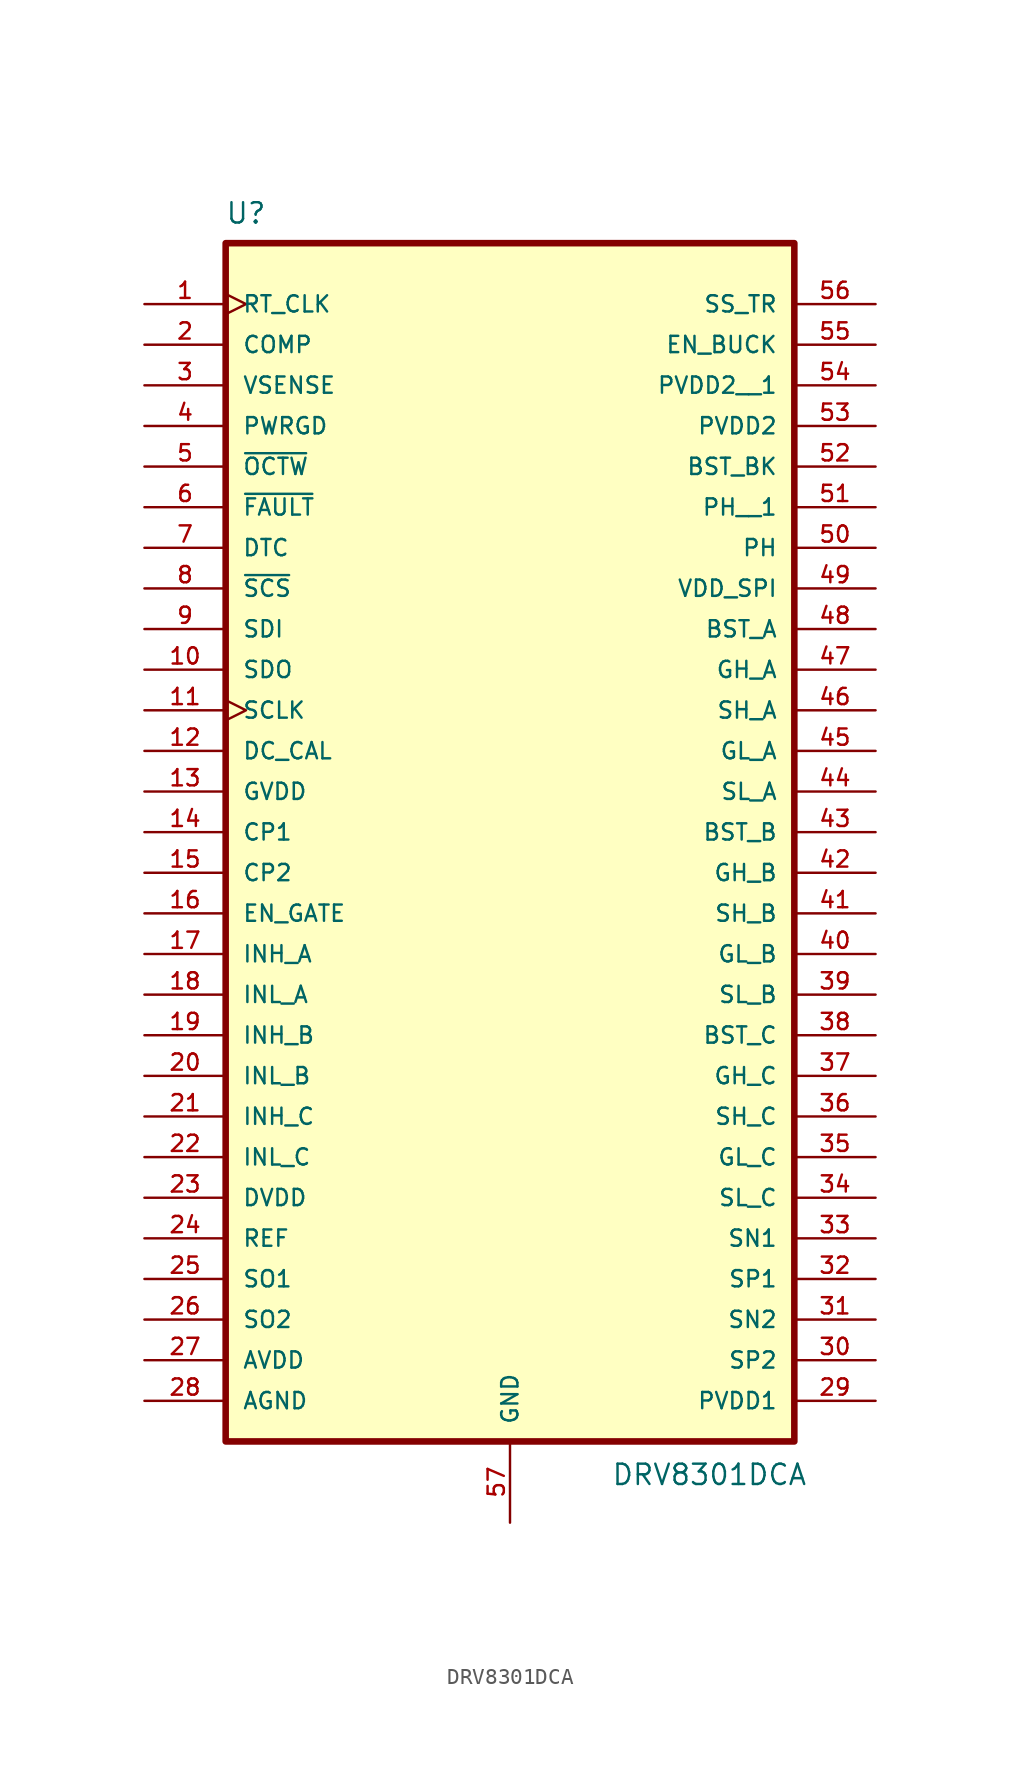
<source format=kicad_sym>
(kicad_symbol_lib
  (version 20220914)
  (generator kicad_symbol_editor)
  (symbol "DRV8301DCA"
    (pin_names
      (offset 1.016))
    (property "Reference" "U"
      (at -17.82 51.928 0)
      (effects (font (size 1.27 1.27)) (justify left bottom)))
    (property "Value" "DRV8301DCA"
      (at 6.322 -26.953 0)
      (effects (font (size 1.27 1.27)) (justify left bottom)))
    (symbol "DRV8301DCA_0_0"
      (rectangle (start -17.78 50.8) (end 17.78 -24.13) (stroke (width 0.41) (type default)) (fill (type background)))
      (pin input clock (at -22.86 46.99 0) (length 5.08) (name "RT_CLK" (effects (font (size 1.016 1.016)))) (number "1" (effects (font (size 1.016 1.016)))))
      (pin output line (at -22.86 24.13 0) (length 5.08) (name "SDO" (effects (font (size 1.016 1.016)))) (number "10" (effects (font (size 1.016 1.016)))))
      (pin input clock (at -22.86 21.59 0) (length 5.08) (name "SCLK" (effects (font (size 1.016 1.016)))) (number "11" (effects (font (size 1.016 1.016)))))
      (pin input line (at -22.86 19.05 0) (length 5.08) (name "DC_CAL" (effects (font (size 1.016 1.016)))) (number "12" (effects (font (size 1.016 1.016)))))
      (pin power_in line (at -22.86 16.51 0) (length 5.08) (name "GVDD" (effects (font (size 1.016 1.016)))) (number "13" (effects (font (size 1.016 1.016)))))
      (pin power_in line (at -22.86 13.97 0) (length 5.08) (name "CP1" (effects (font (size 1.016 1.016)))) (number "14" (effects (font (size 1.016 1.016)))))
      (pin power_in line (at -22.86 11.43 0) (length 5.08) (name "CP2" (effects (font (size 1.016 1.016)))) (number "15" (effects (font (size 1.016 1.016)))))
      (pin input line (at -22.86 8.89 0) (length 5.08) (name "EN_GATE" (effects (font (size 1.016 1.016)))) (number "16" (effects (font (size 1.016 1.016)))))
      (pin input line (at -22.86 6.35 0) (length 5.08) (name "INH_A" (effects (font (size 1.016 1.016)))) (number "17" (effects (font (size 1.016 1.016)))))
      (pin input line (at -22.86 3.81 0) (length 5.08) (name "INL_A" (effects (font (size 1.016 1.016)))) (number "18" (effects (font (size 1.016 1.016)))))
      (pin input line (at -22.86 1.27 0) (length 5.08) (name "INH_B" (effects (font (size 1.016 1.016)))) (number "19" (effects (font (size 1.016 1.016)))))
      (pin output line (at -22.86 44.45 0) (length 5.08) (name "COMP" (effects (font (size 1.016 1.016)))) (number "2" (effects (font (size 1.016 1.016)))))
      (pin input line (at -22.86 -1.27 0) (length 5.08) (name "INL_B" (effects (font (size 1.016 1.016)))) (number "20" (effects (font (size 1.016 1.016)))))
      (pin input line (at -22.86 -3.81 0) (length 5.08) (name "INH_C" (effects (font (size 1.016 1.016)))) (number "21" (effects (font (size 1.016 1.016)))))
      (pin input line (at -22.86 -6.35 0) (length 5.08) (name "INL_C" (effects (font (size 1.016 1.016)))) (number "22" (effects (font (size 1.016 1.016)))))
      (pin power_in line (at -22.86 -8.89 0) (length 5.08) (name "DVDD" (effects (font (size 1.016 1.016)))) (number "23" (effects (font (size 1.016 1.016)))))
      (pin input line (at -22.86 -11.43 0) (length 5.08) (name "REF" (effects (font (size 1.016 1.016)))) (number "24" (effects (font (size 1.016 1.016)))))
      (pin output line (at -22.86 -13.97 0) (length 5.08) (name "SO1" (effects (font (size 1.016 1.016)))) (number "25" (effects (font (size 1.016 1.016)))))
      (pin output line (at -22.86 -16.51 0) (length 5.08) (name "SO2" (effects (font (size 1.016 1.016)))) (number "26" (effects (font (size 1.016 1.016)))))
      (pin power_in line (at -22.86 -19.05 0) (length 5.08) (name "AVDD" (effects (font (size 1.016 1.016)))) (number "27" (effects (font (size 1.016 1.016)))))
      (pin power_in line (at -22.86 -21.59 0) (length 5.08) (name "AGND" (effects (font (size 1.016 1.016)))) (number "28" (effects (font (size 1.016 1.016)))))
      (pin power_in line (at 22.86 -21.59 180) (length 5.08) (name "PVDD1" (effects (font (size 1.016 1.016)))) (number "29" (effects (font (size 1.016 1.016)))))
      (pin input line (at -22.86 41.91 0) (length 5.08) (name "VSENSE" (effects (font (size 1.016 1.016)))) (number "3" (effects (font (size 1.016 1.016)))))
      (pin input line (at 22.86 -19.05 180) (length 5.08) (name "SP2" (effects (font (size 1.016 1.016)))) (number "30" (effects (font (size 1.016 1.016)))))
      (pin input line (at 22.86 -16.51 180) (length 5.08) (name "SN2" (effects (font (size 1.016 1.016)))) (number "31" (effects (font (size 1.016 1.016)))))
      (pin input line (at 22.86 -13.97 180) (length 5.08) (name "SP1" (effects (font (size 1.016 1.016)))) (number "32" (effects (font (size 1.016 1.016)))))
      (pin input line (at 22.86 -11.43 180) (length 5.08) (name "SN1" (effects (font (size 1.016 1.016)))) (number "33" (effects (font (size 1.016 1.016)))))
      (pin input line (at 22.86 -8.89 180) (length 5.08) (name "SL_C" (effects (font (size 1.016 1.016)))) (number "34" (effects (font (size 1.016 1.016)))))
      (pin output line (at 22.86 -6.35 180) (length 5.08) (name "GL_C" (effects (font (size 1.016 1.016)))) (number "35" (effects (font (size 1.016 1.016)))))
      (pin input line (at 22.86 -3.81 180) (length 5.08) (name "SH_C" (effects (font (size 1.016 1.016)))) (number "36" (effects (font (size 1.016 1.016)))))
      (pin output line (at 22.86 -1.27 180) (length 5.08) (name "GH_C" (effects (font (size 1.016 1.016)))) (number "37" (effects (font (size 1.016 1.016)))))
      (pin power_in line (at 22.86 1.27 180) (length 5.08) (name "BST_C" (effects (font (size 1.016 1.016)))) (number "38" (effects (font (size 1.016 1.016)))))
      (pin input line (at 22.86 3.81 180) (length 5.08) (name "SL_B" (effects (font (size 1.016 1.016)))) (number "39" (effects (font (size 1.016 1.016)))))
      (pin output line (at -22.86 39.37 0) (length 5.08) (name "PWRGD" (effects (font (size 1.016 1.016)))) (number "4" (effects (font (size 1.016 1.016)))))
      (pin output line (at 22.86 6.35 180) (length 5.08) (name "GL_B" (effects (font (size 1.016 1.016)))) (number "40" (effects (font (size 1.016 1.016)))))
      (pin input line (at 22.86 8.89 180) (length 5.08) (name "SH_B" (effects (font (size 1.016 1.016)))) (number "41" (effects (font (size 1.016 1.016)))))
      (pin output line (at 22.86 11.43 180) (length 5.08) (name "GH_B" (effects (font (size 1.016 1.016)))) (number "42" (effects (font (size 1.016 1.016)))))
      (pin power_in line (at 22.86 13.97 180) (length 5.08) (name "BST_B" (effects (font (size 1.016 1.016)))) (number "43" (effects (font (size 1.016 1.016)))))
      (pin input line (at 22.86 16.51 180) (length 5.08) (name "SL_A" (effects (font (size 1.016 1.016)))) (number "44" (effects (font (size 1.016 1.016)))))
      (pin output line (at 22.86 19.05 180) (length 5.08) (name "GL_A" (effects (font (size 1.016 1.016)))) (number "45" (effects (font (size 1.016 1.016)))))
      (pin input line (at 22.86 21.59 180) (length 5.08) (name "SH_A" (effects (font (size 1.016 1.016)))) (number "46" (effects (font (size 1.016 1.016)))))
      (pin output line (at 22.86 24.13 180) (length 5.08) (name "GH_A" (effects (font (size 1.016 1.016)))) (number "47" (effects (font (size 1.016 1.016)))))
      (pin power_in line (at 22.86 26.67 180) (length 5.08) (name "BST_A" (effects (font (size 1.016 1.016)))) (number "48" (effects (font (size 1.016 1.016)))))
      (pin input line (at 22.86 29.21 180) (length 5.08) (name "VDD_SPI" (effects (font (size 1.016 1.016)))) (number "49" (effects (font (size 1.016 1.016)))))
      (pin output line (at -22.86 36.83 0) (length 5.08) (name "~{OCTW}" (effects (font (size 1.016 1.016)))) (number "5" (effects (font (size 1.016 1.016)))))
      (pin output line (at 22.86 31.75 180) (length 5.08) (name "PH" (effects (font (size 1.016 1.016)))) (number "50" (effects (font (size 1.016 1.016)))))
      (pin output line (at 22.86 34.29 180) (length 5.08) (name "PH__1" (effects (font (size 1.016 1.016)))) (number "51" (effects (font (size 1.016 1.016)))))
      (pin power_in line (at 22.86 36.83 180) (length 5.08) (name "BST_BK" (effects (font (size 1.016 1.016)))) (number "52" (effects (font (size 1.016 1.016)))))
      (pin power_in line (at 22.86 39.37 180) (length 5.08) (name "PVDD2" (effects (font (size 1.016 1.016)))) (number "53" (effects (font (size 1.016 1.016)))))
      (pin input line (at 22.86 44.45 180) (length 5.08) (name "EN_BUCK" (effects (font (size 1.016 1.016)))) (number "55" (effects (font (size 1.016 1.016)))))
      (pin input line (at 22.86 46.99 180) (length 5.08) (name "SS_TR" (effects (font (size 1.016 1.016)))) (number "56" (effects (font (size 1.016 1.016)))))
      (pin power_in line (at 0 -29.21 90) (length 5.08) (name "GND" (effects (font (size 1.016 1.016)))) (number "57" (effects (font (size 1.016 1.016)))))
      (pin output line (at -22.86 34.29 0) (length 5.08) (name "~{FAULT}" (effects (font (size 1.016 1.016)))) (number "6" (effects (font (size 1.016 1.016)))))
      (pin input line (at -22.86 31.75 0) (length 5.08) (name "DTC" (effects (font (size 1.016 1.016)))) (number "7" (effects (font (size 1.016 1.016)))))
      (pin input line (at -22.86 29.21 0) (length 5.08) (name "~{SCS}" (effects (font (size 1.016 1.016)))) (number "8" (effects (font (size 1.016 1.016)))))
      (pin input line (at -22.86 26.67 0) (length 5.08) (name "SDI" (effects (font (size 1.016 1.016)))) (number "9" (effects (font (size 1.016 1.016))))))
    (symbol "DRV8301DCA_1_0"
      (pin power_in line (at 22.86 41.91 180) (length 5.08) (name "PVDD2__1" (effects (font (size 1.016 1.016)))) (number "54" (effects (font (size 1.016 1.016))))))))
</source>
